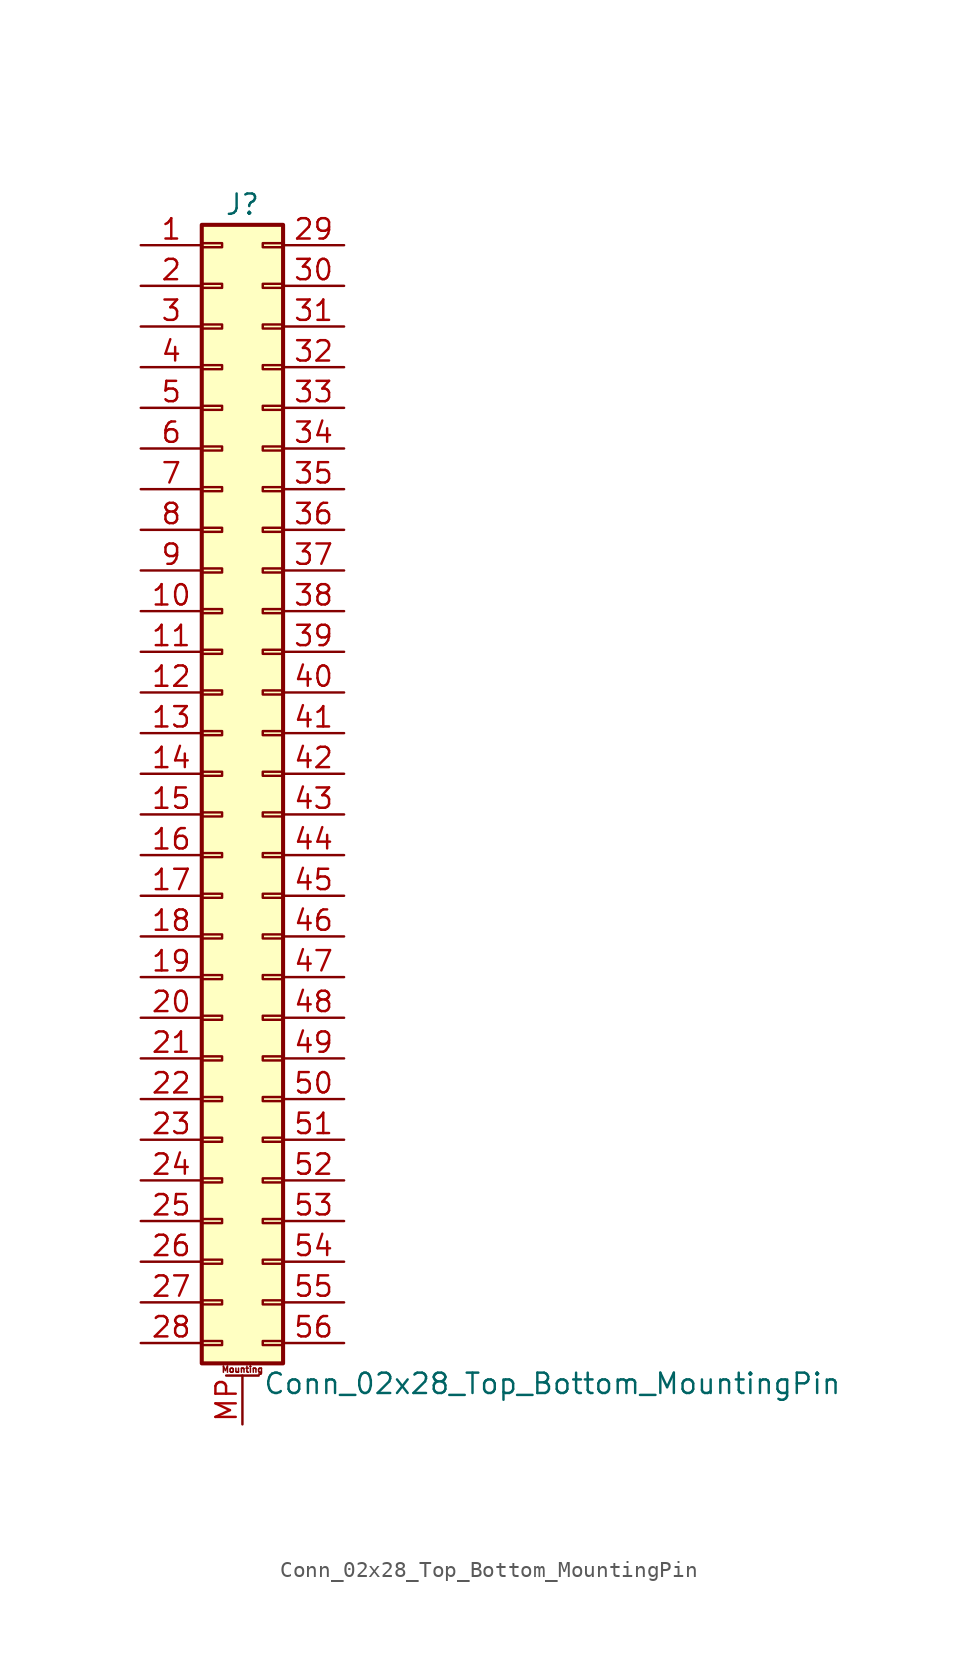
<source format=kicad_sym>
(kicad_symbol_lib
  (version 20201005)
  (generator kicad_symbol_editor)
  (symbol "Conn_02x28_Top_Bottom_MountingPin"
    (pin_names
      (offset 1.016) hide)
    (property "Reference" "J"
      (at 1.27 35.56 0)
      (effects (font (size 1.27 1.27))))
    (property "Value" "Conn_02x28_Top_Bottom_MountingPin"
      (at 2.54 -38.1 0)
      (effects (font (size 1.27 1.27)) (justify left)))
    (symbol "Conn_02x28_Top_Bottom_MountingPin_1_1"
      (text "Mounting" (at 1.27 -37.211 0) (effects (font (size 0.381 0.381))))
      (rectangle (start -1.27 -35.433) (end 0 -35.687) (stroke (width 0.152)) (fill (type none)))
      (rectangle (start -1.27 -32.893) (end 0 -33.147) (stroke (width 0.152)) (fill (type none)))
      (rectangle (start -1.27 -30.353) (end 0 -30.607) (stroke (width 0.152)) (fill (type none)))
      (rectangle (start -1.27 -27.813) (end 0 -28.067) (stroke (width 0.152)) (fill (type none)))
      (rectangle (start -1.27 -25.273) (end 0 -25.527) (stroke (width 0.152)) (fill (type none)))
      (rectangle (start -1.27 -22.733) (end 0 -22.987) (stroke (width 0.152)) (fill (type none)))
      (rectangle (start -1.27 -20.193) (end 0 -20.447) (stroke (width 0.152)) (fill (type none)))
      (rectangle (start -1.27 -17.653) (end 0 -17.907) (stroke (width 0.152)) (fill (type none)))
      (rectangle (start -1.27 -15.113) (end 0 -15.367) (stroke (width 0.152)) (fill (type none)))
      (rectangle (start -1.27 -12.573) (end 0 -12.827) (stroke (width 0.152)) (fill (type none)))
      (rectangle (start -1.27 -10.033) (end 0 -10.287) (stroke (width 0.152)) (fill (type none)))
      (rectangle (start -1.27 -7.493) (end 0 -7.747) (stroke (width 0.152)) (fill (type none)))
      (rectangle (start -1.27 -4.953) (end 0 -5.207) (stroke (width 0.152)) (fill (type none)))
      (rectangle (start -1.27 -2.413) (end 0 -2.667) (stroke (width 0.152)) (fill (type none)))
      (rectangle (start -1.27 0.127) (end 0 -0.127) (stroke (width 0.152)) (fill (type none)))
      (rectangle (start -1.27 2.667) (end 0 2.413) (stroke (width 0.152)) (fill (type none)))
      (rectangle (start -1.27 5.207) (end 0 4.953) (stroke (width 0.152)) (fill (type none)))
      (rectangle (start -1.27 7.747) (end 0 7.493) (stroke (width 0.152)) (fill (type none)))
      (rectangle (start -1.27 10.287) (end 0 10.033) (stroke (width 0.152)) (fill (type none)))
      (rectangle (start -1.27 12.827) (end 0 12.573) (stroke (width 0.152)) (fill (type none)))
      (rectangle (start -1.27 15.367) (end 0 15.113) (stroke (width 0.152)) (fill (type none)))
      (rectangle (start -1.27 17.907) (end 0 17.653) (stroke (width 0.152)) (fill (type none)))
      (rectangle (start -1.27 20.447) (end 0 20.193) (stroke (width 0.152)) (fill (type none)))
      (rectangle (start -1.27 22.987) (end 0 22.733) (stroke (width 0.152)) (fill (type none)))
      (rectangle (start -1.27 25.527) (end 0 25.273) (stroke (width 0.152)) (fill (type none)))
      (rectangle (start -1.27 28.067) (end 0 27.813) (stroke (width 0.152)) (fill (type none)))
      (rectangle (start -1.27 30.607) (end 0 30.353) (stroke (width 0.152)) (fill (type none)))
      (rectangle (start -1.27 33.147) (end 0 32.893) (stroke (width 0.152)) (fill (type none)))
      (rectangle (start 3.81 -35.433) (end 2.54 -35.687) (stroke (width 0.152)) (fill (type none)))
      (rectangle (start 3.81 -32.893) (end 2.54 -33.147) (stroke (width 0.152)) (fill (type none)))
      (rectangle (start 3.81 -30.353) (end 2.54 -30.607) (stroke (width 0.152)) (fill (type none)))
      (rectangle (start 3.81 -27.813) (end 2.54 -28.067) (stroke (width 0.152)) (fill (type none)))
      (rectangle (start 3.81 -25.273) (end 2.54 -25.527) (stroke (width 0.152)) (fill (type none)))
      (rectangle (start 3.81 -22.733) (end 2.54 -22.987) (stroke (width 0.152)) (fill (type none)))
      (rectangle (start 3.81 -20.193) (end 2.54 -20.447) (stroke (width 0.152)) (fill (type none)))
      (rectangle (start 3.81 -17.653) (end 2.54 -17.907) (stroke (width 0.152)) (fill (type none)))
      (rectangle (start 3.81 -15.113) (end 2.54 -15.367) (stroke (width 0.152)) (fill (type none)))
      (rectangle (start 3.81 -12.573) (end 2.54 -12.827) (stroke (width 0.152)) (fill (type none)))
      (rectangle (start 3.81 -10.033) (end 2.54 -10.287) (stroke (width 0.152)) (fill (type none)))
      (rectangle (start 3.81 -7.493) (end 2.54 -7.747) (stroke (width 0.152)) (fill (type none)))
      (rectangle (start 3.81 -4.953) (end 2.54 -5.207) (stroke (width 0.152)) (fill (type none)))
      (rectangle (start 3.81 -2.413) (end 2.54 -2.667) (stroke (width 0.152)) (fill (type none)))
      (rectangle (start 3.81 0.127) (end 2.54 -0.127) (stroke (width 0.152)) (fill (type none)))
      (rectangle (start 3.81 2.667) (end 2.54 2.413) (stroke (width 0.152)) (fill (type none)))
      (rectangle (start 3.81 5.207) (end 2.54 4.953) (stroke (width 0.152)) (fill (type none)))
      (rectangle (start 3.81 7.747) (end 2.54 7.493) (stroke (width 0.152)) (fill (type none)))
      (rectangle (start 3.81 10.287) (end 2.54 10.033) (stroke (width 0.152)) (fill (type none)))
      (rectangle (start 3.81 12.827) (end 2.54 12.573) (stroke (width 0.152)) (fill (type none)))
      (rectangle (start 3.81 15.367) (end 2.54 15.113) (stroke (width 0.152)) (fill (type none)))
      (rectangle (start 3.81 17.907) (end 2.54 17.653) (stroke (width 0.152)) (fill (type none)))
      (rectangle (start 3.81 20.447) (end 2.54 20.193) (stroke (width 0.152)) (fill (type none)))
      (rectangle (start 3.81 22.987) (end 2.54 22.733) (stroke (width 0.152)) (fill (type none)))
      (rectangle (start 3.81 25.527) (end 2.54 25.273) (stroke (width 0.152)) (fill (type none)))
      (rectangle (start 3.81 28.067) (end 2.54 27.813) (stroke (width 0.152)) (fill (type none)))
      (rectangle (start 3.81 30.607) (end 2.54 30.353) (stroke (width 0.152)) (fill (type none)))
      (rectangle (start 3.81 33.147) (end 2.54 32.893) (stroke (width 0.152)) (fill (type none)))
      (rectangle (start -1.27 34.29) (end 3.81 -36.83) (stroke (width 0.254)) (fill (type background)))
      (polyline (pts (xy 0.254 -37.592) (xy 2.286 -37.592)) (stroke (width 0.152)) (fill (type none)))
      (pin passive line (at -5.08 33.02 0) (length 3.81) (name "Pin_1" (effects (font (size 1.27 1.27)))) (number "1" (effects (font (size 1.27 1.27)))))
      (pin passive line (at -5.08 10.16 0) (length 3.81) (name "Pin_10" (effects (font (size 1.27 1.27)))) (number "10" (effects (font (size 1.27 1.27)))))
      (pin passive line (at -5.08 7.62 0) (length 3.81) (name "Pin_11" (effects (font (size 1.27 1.27)))) (number "11" (effects (font (size 1.27 1.27)))))
      (pin passive line (at -5.08 5.08 0) (length 3.81) (name "Pin_12" (effects (font (size 1.27 1.27)))) (number "12" (effects (font (size 1.27 1.27)))))
      (pin passive line (at -5.08 2.54 0) (length 3.81) (name "Pin_13" (effects (font (size 1.27 1.27)))) (number "13" (effects (font (size 1.27 1.27)))))
      (pin passive line (at -5.08 0 0) (length 3.81) (name "Pin_14" (effects (font (size 1.27 1.27)))) (number "14" (effects (font (size 1.27 1.27)))))
      (pin passive line (at -5.08 -2.54 0) (length 3.81) (name "Pin_15" (effects (font (size 1.27 1.27)))) (number "15" (effects (font (size 1.27 1.27)))))
      (pin passive line (at -5.08 -5.08 0) (length 3.81) (name "Pin_16" (effects (font (size 1.27 1.27)))) (number "16" (effects (font (size 1.27 1.27)))))
      (pin passive line (at -5.08 -7.62 0) (length 3.81) (name "Pin_17" (effects (font (size 1.27 1.27)))) (number "17" (effects (font (size 1.27 1.27)))))
      (pin passive line (at -5.08 -10.16 0) (length 3.81) (name "Pin_18" (effects (font (size 1.27 1.27)))) (number "18" (effects (font (size 1.27 1.27)))))
      (pin passive line (at -5.08 -12.7 0) (length 3.81) (name "Pin_19" (effects (font (size 1.27 1.27)))) (number "19" (effects (font (size 1.27 1.27)))))
      (pin passive line (at -5.08 30.48 0) (length 3.81) (name "Pin_2" (effects (font (size 1.27 1.27)))) (number "2" (effects (font (size 1.27 1.27)))))
      (pin passive line (at -5.08 -15.24 0) (length 3.81) (name "Pin_20" (effects (font (size 1.27 1.27)))) (number "20" (effects (font (size 1.27 1.27)))))
      (pin passive line (at -5.08 -17.78 0) (length 3.81) (name "Pin_21" (effects (font (size 1.27 1.27)))) (number "21" (effects (font (size 1.27 1.27)))))
      (pin passive line (at -5.08 -20.32 0) (length 3.81) (name "Pin_22" (effects (font (size 1.27 1.27)))) (number "22" (effects (font (size 1.27 1.27)))))
      (pin passive line (at -5.08 -22.86 0) (length 3.81) (name "Pin_23" (effects (font (size 1.27 1.27)))) (number "23" (effects (font (size 1.27 1.27)))))
      (pin passive line (at -5.08 -25.4 0) (length 3.81) (name "Pin_24" (effects (font (size 1.27 1.27)))) (number "24" (effects (font (size 1.27 1.27)))))
      (pin passive line (at -5.08 -27.94 0) (length 3.81) (name "Pin_25" (effects (font (size 1.27 1.27)))) (number "25" (effects (font (size 1.27 1.27)))))
      (pin passive line (at -5.08 -30.48 0) (length 3.81) (name "Pin_26" (effects (font (size 1.27 1.27)))) (number "26" (effects (font (size 1.27 1.27)))))
      (pin passive line (at -5.08 -33.02 0) (length 3.81) (name "Pin_27" (effects (font (size 1.27 1.27)))) (number "27" (effects (font (size 1.27 1.27)))))
      (pin passive line (at -5.08 -35.56 0) (length 3.81) (name "Pin_28" (effects (font (size 1.27 1.27)))) (number "28" (effects (font (size 1.27 1.27)))))
      (pin passive line (at 7.62 33.02 180) (length 3.81) (name "Pin_29" (effects (font (size 1.27 1.27)))) (number "29" (effects (font (size 1.27 1.27)))))
      (pin passive line (at -5.08 27.94 0) (length 3.81) (name "Pin_3" (effects (font (size 1.27 1.27)))) (number "3" (effects (font (size 1.27 1.27)))))
      (pin passive line (at 7.62 30.48 180) (length 3.81) (name "Pin_30" (effects (font (size 1.27 1.27)))) (number "30" (effects (font (size 1.27 1.27)))))
      (pin passive line (at 7.62 27.94 180) (length 3.81) (name "Pin_31" (effects (font (size 1.27 1.27)))) (number "31" (effects (font (size 1.27 1.27)))))
      (pin passive line (at 7.62 25.4 180) (length 3.81) (name "Pin_32" (effects (font (size 1.27 1.27)))) (number "32" (effects (font (size 1.27 1.27)))))
      (pin passive line (at 7.62 22.86 180) (length 3.81) (name "Pin_33" (effects (font (size 1.27 1.27)))) (number "33" (effects (font (size 1.27 1.27)))))
      (pin passive line (at 7.62 20.32 180) (length 3.81) (name "Pin_34" (effects (font (size 1.27 1.27)))) (number "34" (effects (font (size 1.27 1.27)))))
      (pin passive line (at 7.62 17.78 180) (length 3.81) (name "Pin_35" (effects (font (size 1.27 1.27)))) (number "35" (effects (font (size 1.27 1.27)))))
      (pin passive line (at 7.62 15.24 180) (length 3.81) (name "Pin_36" (effects (font (size 1.27 1.27)))) (number "36" (effects (font (size 1.27 1.27)))))
      (pin passive line (at 7.62 12.7 180) (length 3.81) (name "Pin_37" (effects (font (size 1.27 1.27)))) (number "37" (effects (font (size 1.27 1.27)))))
      (pin passive line (at 7.62 10.16 180) (length 3.81) (name "Pin_38" (effects (font (size 1.27 1.27)))) (number "38" (effects (font (size 1.27 1.27)))))
      (pin passive line (at 7.62 7.62 180) (length 3.81) (name "Pin_39" (effects (font (size 1.27 1.27)))) (number "39" (effects (font (size 1.27 1.27)))))
      (pin passive line (at -5.08 25.4 0) (length 3.81) (name "Pin_4" (effects (font (size 1.27 1.27)))) (number "4" (effects (font (size 1.27 1.27)))))
      (pin passive line (at 7.62 5.08 180) (length 3.81) (name "Pin_40" (effects (font (size 1.27 1.27)))) (number "40" (effects (font (size 1.27 1.27)))))
      (pin passive line (at 7.62 2.54 180) (length 3.81) (name "Pin_41" (effects (font (size 1.27 1.27)))) (number "41" (effects (font (size 1.27 1.27)))))
      (pin passive line (at 7.62 0 180) (length 3.81) (name "Pin_42" (effects (font (size 1.27 1.27)))) (number "42" (effects (font (size 1.27 1.27)))))
      (pin passive line (at 7.62 -2.54 180) (length 3.81) (name "Pin_43" (effects (font (size 1.27 1.27)))) (number "43" (effects (font (size 1.27 1.27)))))
      (pin passive line (at 7.62 -5.08 180) (length 3.81) (name "Pin_44" (effects (font (size 1.27 1.27)))) (number "44" (effects (font (size 1.27 1.27)))))
      (pin passive line (at 7.62 -7.62 180) (length 3.81) (name "Pin_45" (effects (font (size 1.27 1.27)))) (number "45" (effects (font (size 1.27 1.27)))))
      (pin passive line (at 7.62 -10.16 180) (length 3.81) (name "Pin_46" (effects (font (size 1.27 1.27)))) (number "46" (effects (font (size 1.27 1.27)))))
      (pin passive line (at 7.62 -12.7 180) (length 3.81) (name "Pin_47" (effects (font (size 1.27 1.27)))) (number "47" (effects (font (size 1.27 1.27)))))
      (pin passive line (at 7.62 -15.24 180) (length 3.81) (name "Pin_48" (effects (font (size 1.27 1.27)))) (number "48" (effects (font (size 1.27 1.27)))))
      (pin passive line (at 7.62 -17.78 180) (length 3.81) (name "Pin_49" (effects (font (size 1.27 1.27)))) (number "49" (effects (font (size 1.27 1.27)))))
      (pin passive line (at -5.08 22.86 0) (length 3.81) (name "Pin_5" (effects (font (size 1.27 1.27)))) (number "5" (effects (font (size 1.27 1.27)))))
      (pin passive line (at 7.62 -20.32 180) (length 3.81) (name "Pin_50" (effects (font (size 1.27 1.27)))) (number "50" (effects (font (size 1.27 1.27)))))
      (pin passive line (at 7.62 -22.86 180) (length 3.81) (name "Pin_51" (effects (font (size 1.27 1.27)))) (number "51" (effects (font (size 1.27 1.27)))))
      (pin passive line (at 7.62 -25.4 180) (length 3.81) (name "Pin_52" (effects (font (size 1.27 1.27)))) (number "52" (effects (font (size 1.27 1.27)))))
      (pin passive line (at 7.62 -27.94 180) (length 3.81) (name "Pin_53" (effects (font (size 1.27 1.27)))) (number "53" (effects (font (size 1.27 1.27)))))
      (pin passive line (at 7.62 -30.48 180) (length 3.81) (name "Pin_54" (effects (font (size 1.27 1.27)))) (number "54" (effects (font (size 1.27 1.27)))))
      (pin passive line (at 7.62 -33.02 180) (length 3.81) (name "Pin_55" (effects (font (size 1.27 1.27)))) (number "55" (effects (font (size 1.27 1.27)))))
      (pin passive line (at 7.62 -35.56 180) (length 3.81) (name "Pin_56" (effects (font (size 1.27 1.27)))) (number "56" (effects (font (size 1.27 1.27)))))
      (pin passive line (at -5.08 20.32 0) (length 3.81) (name "Pin_6" (effects (font (size 1.27 1.27)))) (number "6" (effects (font (size 1.27 1.27)))))
      (pin passive line (at -5.08 17.78 0) (length 3.81) (name "Pin_7" (effects (font (size 1.27 1.27)))) (number "7" (effects (font (size 1.27 1.27)))))
      (pin passive line (at -5.08 15.24 0) (length 3.81) (name "Pin_8" (effects (font (size 1.27 1.27)))) (number "8" (effects (font (size 1.27 1.27)))))
      (pin passive line (at -5.08 12.7 0) (length 3.81) (name "Pin_9" (effects (font (size 1.27 1.27)))) (number "9" (effects (font (size 1.27 1.27)))))
      (pin passive line (at 1.27 -40.64 90) (length 3.048) (name "MountPin" (effects (font (size 1.27 1.27)))) (number "MP" (effects (font (size 1.27 1.27))))))))
</source>
